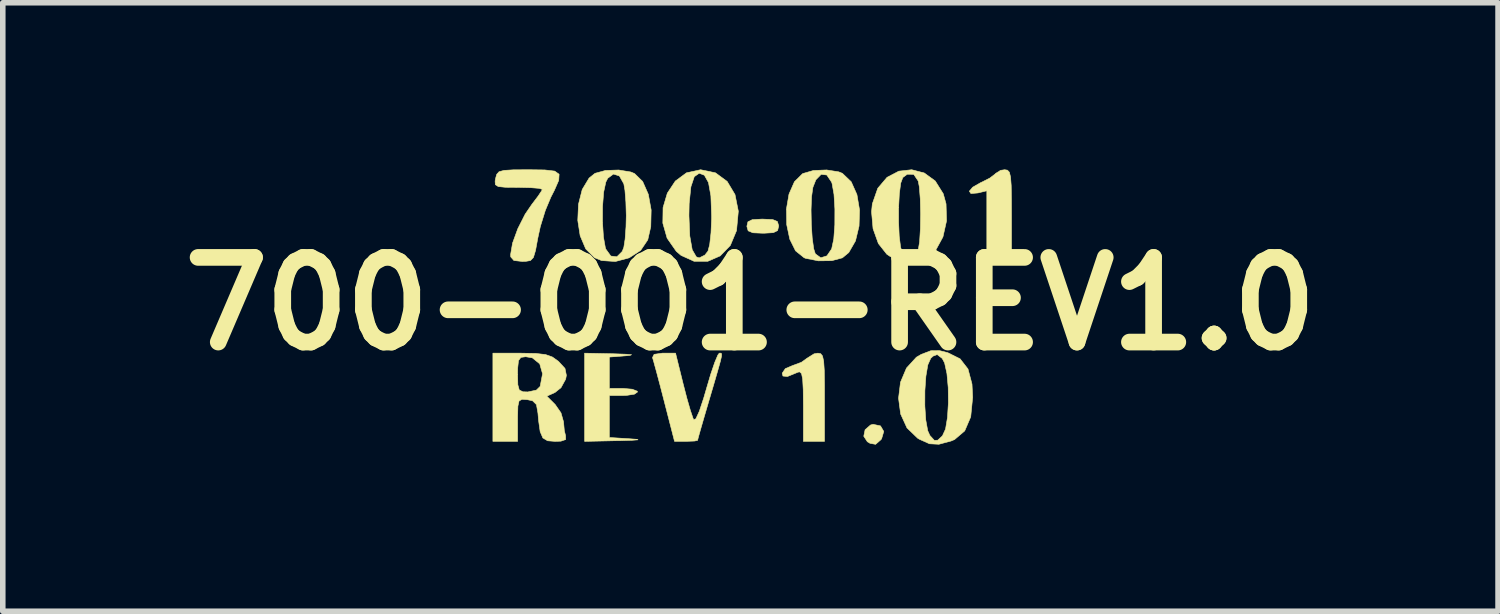
<source format=kicad_pcb>
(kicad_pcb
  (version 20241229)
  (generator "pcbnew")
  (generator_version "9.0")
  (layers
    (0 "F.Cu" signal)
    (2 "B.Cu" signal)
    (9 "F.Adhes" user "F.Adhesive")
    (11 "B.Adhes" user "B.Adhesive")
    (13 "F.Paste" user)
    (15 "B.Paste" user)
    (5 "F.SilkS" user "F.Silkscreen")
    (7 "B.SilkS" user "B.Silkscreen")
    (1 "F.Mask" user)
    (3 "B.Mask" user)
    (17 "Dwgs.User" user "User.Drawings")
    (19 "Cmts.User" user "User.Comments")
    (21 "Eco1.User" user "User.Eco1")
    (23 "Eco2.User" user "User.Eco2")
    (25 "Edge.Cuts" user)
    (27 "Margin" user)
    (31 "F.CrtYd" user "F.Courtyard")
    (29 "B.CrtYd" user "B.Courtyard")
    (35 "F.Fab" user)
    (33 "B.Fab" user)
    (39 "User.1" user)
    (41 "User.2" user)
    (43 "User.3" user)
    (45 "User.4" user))
  (footprint "700-001-REV1.0"
    (layer "F.Cu")
    (at 10.458 2.418)
    (property "Reference" "700-001-REV1.0" (at 0 0 0) (layer "F.SilkS") (effects (font (size 1.524 1.524) (thickness 0.3))))
    (attr through_hole)
    (fp_poly (pts (xy 2.341 2.198) (xy 2.4 2.298) (xy 2.361 2.429) (xy 2.349 2.446) (xy 2.253 2.53) (xy 2.153 2.512) (xy 2.105 2.484) (xy 2.04 2.384) (xy 2.064 2.267) (xy 2.162 2.182) (xy 2.208 2.17) (xy 2.341 2.198)) (stroke (width 0.01) (type solid)) (fill yes) (layer "F.SilkS"))
    (fp_poly (pts (xy 0.401 -1.516) (xy 0.485 -1.481) (xy 0.508 -1.406) (xy 0.508 -1.397) (xy 0.489 -1.318) (xy 0.412 -1.28) (xy 0.243 -1.27) (xy 0.222 -1.27) (xy 0.044 -1.278) (xy -0.041 -1.313) (xy -0.063 -1.388) (xy -0.064 -1.397) (xy -0.045 -1.476) (xy 0.033 -1.514) (xy 0.202 -1.524) (xy 0.222 -1.524) (xy 0.401 -1.516)) (stroke (width 0.01) (type solid)) (fill yes) (layer "F.SilkS"))
    (fp_poly (pts (xy 4.626 -2.405) (xy 4.661 -2.368) (xy 4.682 -2.282) (xy 4.694 -2.126) (xy 4.698 -1.881) (xy 4.699 -1.587) (xy 4.699 -0.762) (xy 4.255 -0.762) (xy 4.255 -2.034) (xy 4.096 -1.995) (xy 3.969 -1.984) (xy 3.94 -2.026) (xy 4 -2.098) (xy 4.143 -2.18) (xy 4.151 -2.183) (xy 4.306 -2.261) (xy 4.403 -2.334) (xy 4.409 -2.343) (xy 4.503 -2.402) (xy 4.576 -2.413) (xy 4.626 -2.405)) (stroke (width 0.01) (type solid)) (fill yes) (layer "F.SilkS"))
    (fp_poly (pts (xy -2.461 0.9) (xy -2.238 0.908) (xy -2.139 0.917) (xy -2.164 0.928) (xy -2.238 0.936) (xy -2.54 0.959) (xy -2.54 1.524) (xy -2.286 1.524) (xy -2.127 1.538) (xy -2.038 1.573) (xy -2.032 1.587) (xy -2.088 1.627) (xy -2.229 1.649) (xy -2.286 1.651) (xy -2.54 1.651) (xy -2.54 2.407) (xy -2.175 2.43) (xy -2.041 2.44) (xy -2.024 2.449) (xy -2.128 2.457) (xy -2.355 2.464) (xy -2.397 2.464) (xy -2.985 2.477) (xy -2.985 0.889) (xy -2.461 0.9)) (stroke (width 0.01) (type solid)) (fill yes) (layer "F.SilkS"))
    (fp_poly (pts (xy 1.264 0.898) (xy 1.297 0.939) (xy 1.318 1.032) (xy 1.329 1.197) (xy 1.333 1.456) (xy 1.333 1.683) (xy 1.333 2.477) (xy 0.953 2.477) (xy 0.953 1.835) (xy 0.95 1.542) (xy 0.94 1.356) (xy 0.92 1.257) (xy 0.887 1.226) (xy 0.857 1.231) (xy 0.708 1.292) (xy 0.667 1.309) (xy 0.585 1.301) (xy 0.572 1.25) (xy 0.628 1.167) (xy 0.758 1.112) (xy 0.918 1.053) (xy 1.019 0.98) (xy 1.145 0.901) (xy 1.214 0.889) (xy 1.264 0.898)) (stroke (width 0.01) (type solid)) (fill yes) (layer "F.SilkS"))
    (fp_poly (pts (xy -0.519 0.9) (xy -0.52 0.942) (xy -0.541 1.035) (xy -0.587 1.198) (xy -0.66 1.45) (xy -0.73 1.687) (xy -0.815 1.976) (xy -0.885 2.217) (xy -0.933 2.386) (xy -0.952 2.459) (xy -0.953 2.46) (xy -1.008 2.471) (xy -1.144 2.476) (xy -1.159 2.477) (xy -1.366 2.477) (xy -1.55 1.762) (xy -1.625 1.472) (xy -1.691 1.224) (xy -1.74 1.046) (xy -1.763 0.968) (xy -1.734 0.91) (xy -1.588 0.889) (xy -1.57 0.889) (xy -1.348 0.889) (xy -1.21 1.447) (xy -1.143 1.705) (xy -1.081 1.92) (xy -1.034 2.059) (xy -1.021 2.087) (xy -0.982 2.07) (xy -0.921 1.937) (xy -0.842 1.7) (xy -0.792 1.529) (xy -0.714 1.265) (xy -0.642 1.054) (xy -0.586 0.922) (xy -0.561 0.889) (xy -0.534 0.888) (xy -0.519 0.9)) (stroke (width 0.01) (type solid)) (fill yes) (layer "F.SilkS"))
    (fp_poly (pts (xy -3.702 -2.409) (xy -3.523 -2.388) (xy -3.444 -2.331) (xy -3.451 -2.221) (xy -3.529 -2.043) (xy -3.592 -1.92) (xy -3.692 -1.681) (xy -3.782 -1.39) (xy -3.827 -1.184) (xy -3.868 -0.961) (xy -3.906 -0.834) (xy -3.96 -0.778) (xy -4.048 -0.763) (xy -4.109 -0.762) (xy -4.258 -0.779) (xy -4.314 -0.843) (xy -4.318 -0.881) (xy -4.282 -1.092) (xy -4.187 -1.352) (xy -4.055 -1.613) (xy -3.934 -1.79) (xy -3.824 -1.935) (xy -3.756 -2.037) (xy -3.747 -2.06) (xy -3.805 -2.078) (xy -3.957 -2.09) (xy -4.172 -2.095) (xy -4.182 -2.095) (xy -4.411 -2.097) (xy -4.539 -2.11) (xy -4.592 -2.144) (xy -4.596 -2.209) (xy -4.588 -2.254) (xy -4.567 -2.33) (xy -4.525 -2.377) (xy -4.435 -2.401) (xy -4.271 -2.411) (xy -4.006 -2.413) (xy -3.993 -2.413) (xy -3.702 -2.409)) (stroke (width 0.01) (type solid)) (fill yes) (layer "F.SilkS"))
    (fp_poly (pts (xy -0.629 -2.357) (xy -0.419 -2.202) (xy -0.278 -1.966) (xy -0.218 -1.666) (xy -0.25 -1.321) (xy -0.25 -1.318) (xy -0.362 -1.05) (xy -0.544 -0.862) (xy -0.769 -0.764) (xy -1.013 -0.764) (xy -1.249 -0.871) (xy -1.334 -0.943) (xy -1.5 -1.181) (xy -1.577 -1.452) (xy -1.575 -1.587) (xy -1.107 -1.587) (xy -1.092 -1.221) (xy -1.048 -0.972) (xy -0.974 -0.844) (xy -0.922 -0.826) (xy -0.821 -0.876) (xy -0.764 -0.948) (xy -0.733 -1.068) (xy -0.71 -1.275) (xy -0.699 -1.528) (xy -0.699 -1.587) (xy -0.712 -1.942) (xy -0.755 -2.182) (xy -0.829 -2.314) (xy -0.922 -2.35) (xy -1.011 -2.288) (xy -1.072 -2.105) (xy -1.103 -1.803) (xy -1.107 -1.587) (xy -1.575 -1.587) (xy -1.573 -1.731) (xy -1.496 -1.991) (xy -1.352 -2.209) (xy -1.15 -2.358) (xy -0.897 -2.413) (xy -0.629 -2.357)) (stroke (width 0.01) (type solid)) (fill yes) (layer "F.SilkS"))
    (fp_poly (pts (xy 3.13 -2.354) (xy 3.327 -2.21) (xy 3.471 -1.98) (xy 3.521 -1.798) (xy 3.53 -1.493) (xy 3.465 -1.203) (xy 3.338 -0.97) (xy 3.26 -0.892) (xy 3.028 -0.784) (xy 2.763 -0.77) (xy 2.516 -0.851) (xy 2.455 -0.892) (xy 2.303 -1.084) (xy 2.207 -1.352) (xy 2.197 -1.467) (xy 2.667 -1.467) (xy 2.678 -1.216) (xy 2.703 -1.018) (xy 2.739 -0.906) (xy 2.743 -0.902) (xy 2.872 -0.829) (xy 2.977 -0.879) (xy 3.02 -0.965) (xy 3.045 -1.116) (xy 3.059 -1.349) (xy 3.063 -1.62) (xy 3.057 -1.887) (xy 3.04 -2.104) (xy 3.02 -2.21) (xy 2.939 -2.33) (xy 2.823 -2.332) (xy 2.743 -2.273) (xy 2.705 -2.172) (xy 2.68 -1.98) (xy 2.667 -1.733) (xy 2.667 -1.467) (xy 2.197 -1.467) (xy 2.18 -1.655) (xy 2.194 -1.798) (xy 2.292 -2.079) (xy 2.459 -2.276) (xy 2.671 -2.387) (xy 2.903 -2.413) (xy 3.13 -2.354)) (stroke (width 0.01) (type solid)) (fill yes) (layer "F.SilkS"))
    (fp_poly (pts (xy -2.153 -2.372) (xy -2.086 -2.344) (xy -1.94 -2.201) (xy -1.838 -1.97) (xy -1.787 -1.688) (xy -1.794 -1.388) (xy -1.848 -1.151) (xy -1.976 -0.961) (xy -2.183 -0.827) (xy -2.431 -0.761) (xy -2.68 -0.778) (xy -2.81 -0.831) (xy -2.965 -0.988) (xy -3.065 -1.224) (xy -3.103 -1.468) (xy -2.663 -1.468) (xy -2.646 -1.202) (xy -2.611 -1.006) (xy -2.603 -0.984) (xy -2.513 -0.859) (xy -2.404 -0.846) (xy -2.308 -0.942) (xy -2.279 -1.016) (xy -2.256 -1.163) (xy -2.24 -1.384) (xy -2.235 -1.587) (xy -2.242 -1.83) (xy -2.259 -2.043) (xy -2.279 -2.159) (xy -2.359 -2.301) (xy -2.466 -2.335) (xy -2.569 -2.259) (xy -2.603 -2.191) (xy -2.642 -2.011) (xy -2.662 -1.753) (xy -2.663 -1.468) (xy -3.103 -1.468) (xy -3.108 -1.503) (xy -3.095 -1.792) (xy -3.028 -2.057) (xy -2.904 -2.263) (xy -2.798 -2.348) (xy -2.609 -2.4) (xy -2.371 -2.408) (xy -2.153 -2.372)) (stroke (width 0.01) (type solid)) (fill yes) (layer "F.SilkS"))
    (fp_poly (pts (xy 1.588 -2.375) (xy 1.655 -2.348) (xy 1.814 -2.196) (xy 1.917 -1.965) (xy 1.964 -1.687) (xy 1.955 -1.399) (xy 1.891 -1.132) (xy 1.77 -0.922) (xy 1.655 -0.827) (xy 1.465 -0.776) (xy 1.224 -0.773) (xy 0.994 -0.818) (xy 0.966 -0.829) (xy 0.812 -0.953) (xy 0.708 -1.163) (xy 0.653 -1.424) (xy 0.649 -1.691) (xy 1.091 -1.691) (xy 1.096 -1.429) (xy 1.112 -1.182) (xy 1.139 -0.989) (xy 1.168 -0.899) (xy 1.266 -0.828) (xy 1.377 -0.863) (xy 1.462 -0.988) (xy 1.5 -1.166) (xy 1.519 -1.421) (xy 1.52 -1.705) (xy 1.504 -1.97) (xy 1.469 -2.166) (xy 1.46 -2.191) (xy 1.374 -2.318) (xy 1.273 -2.33) (xy 1.178 -2.232) (xy 1.124 -2.095) (xy 1.1 -1.926) (xy 1.091 -1.691) (xy 0.649 -1.691) (xy 0.648 -1.706) (xy 0.694 -1.974) (xy 0.792 -2.197) (xy 0.94 -2.343) (xy 0.943 -2.344) (xy 1.133 -2.399) (xy 1.371 -2.409) (xy 1.588 -2.375)) (stroke (width 0.01) (type solid)) (fill yes) (layer "F.SilkS"))
    (fp_poly (pts (xy 3.553 0.881) (xy 3.774 0.991) (xy 3.916 1.174) (xy 3.988 1.445) (xy 4 1.683) (xy 3.965 2.036) (xy 3.857 2.288) (xy 3.674 2.444) (xy 3.612 2.47) (xy 3.392 2.529) (xy 3.222 2.52) (xy 3.04 2.438) (xy 3.009 2.419) (xy 2.818 2.235) (xy 2.704 1.985) (xy 2.684 1.838) (xy 3.139 1.838) (xy 3.156 2.091) (xy 3.191 2.285) (xy 3.23 2.371) (xy 3.311 2.459) (xy 3.372 2.455) (xy 3.456 2.377) (xy 3.512 2.255) (xy 3.547 2.045) (xy 3.563 1.784) (xy 3.56 1.509) (xy 3.537 1.257) (xy 3.495 1.065) (xy 3.452 0.984) (xy 3.362 0.914) (xy 3.288 0.942) (xy 3.245 0.982) (xy 3.193 1.099) (xy 3.158 1.305) (xy 3.14 1.564) (xy 3.139 1.838) (xy 2.684 1.838) (xy 2.666 1.7) (xy 2.701 1.413) (xy 2.809 1.157) (xy 2.987 0.962) (xy 3.074 0.911) (xy 3.247 0.845) (xy 3.403 0.843) (xy 3.553 0.881)) (stroke (width 0.01) (type solid)) (fill yes) (layer "F.SilkS"))
    (fp_poly (pts (xy -3.864 0.894) (xy -3.688 0.914) (xy -3.565 0.958) (xy -3.46 1.033) (xy -3.455 1.037) (xy -3.338 1.164) (xy -3.313 1.288) (xy -3.326 1.357) (xy -3.41 1.51) (xy -3.517 1.596) (xy -3.665 1.663) (xy -3.515 1.813) (xy -3.41 1.964) (xy -3.366 2.119) (xy -3.365 2.119) (xy -3.35 2.284) (xy -3.327 2.376) (xy -3.326 2.444) (xy -3.411 2.473) (xy -3.516 2.477) (xy -3.651 2.466) (xy -3.736 2.416) (xy -3.785 2.302) (xy -3.814 2.098) (xy -3.825 1.968) (xy -3.852 1.815) (xy -3.922 1.746) (xy -4.016 1.726) (xy -4.113 1.72) (xy -4.165 1.75) (xy -4.186 1.844) (xy -4.191 2.03) (xy -4.191 2.091) (xy -4.191 2.477) (xy -4.636 2.477) (xy -4.636 1.27) (xy -4.191 1.27) (xy -4.187 1.458) (xy -4.161 1.552) (xy -4.095 1.584) (xy -4.007 1.587) (xy -3.853 1.554) (xy -3.785 1.487) (xy -3.742 1.26) (xy -3.793 1.081) (xy -3.926 0.973) (xy -4.045 0.953) (xy -4.132 0.965) (xy -4.175 1.023) (xy -4.19 1.16) (xy -4.191 1.27) (xy -4.636 1.27) (xy -4.636 0.889) (xy -4.131 0.889) (xy -3.864 0.894)) (stroke (width 0.01) (type solid)) (fill yes) (layer "F.SilkS")))
  (gr_rect
    (start -3 -3)
    (end 23.915 7.953)
    (stroke (width 0.1) (type default))
    (fill no)
    (layer "Edge.Cuts")))
</source>
